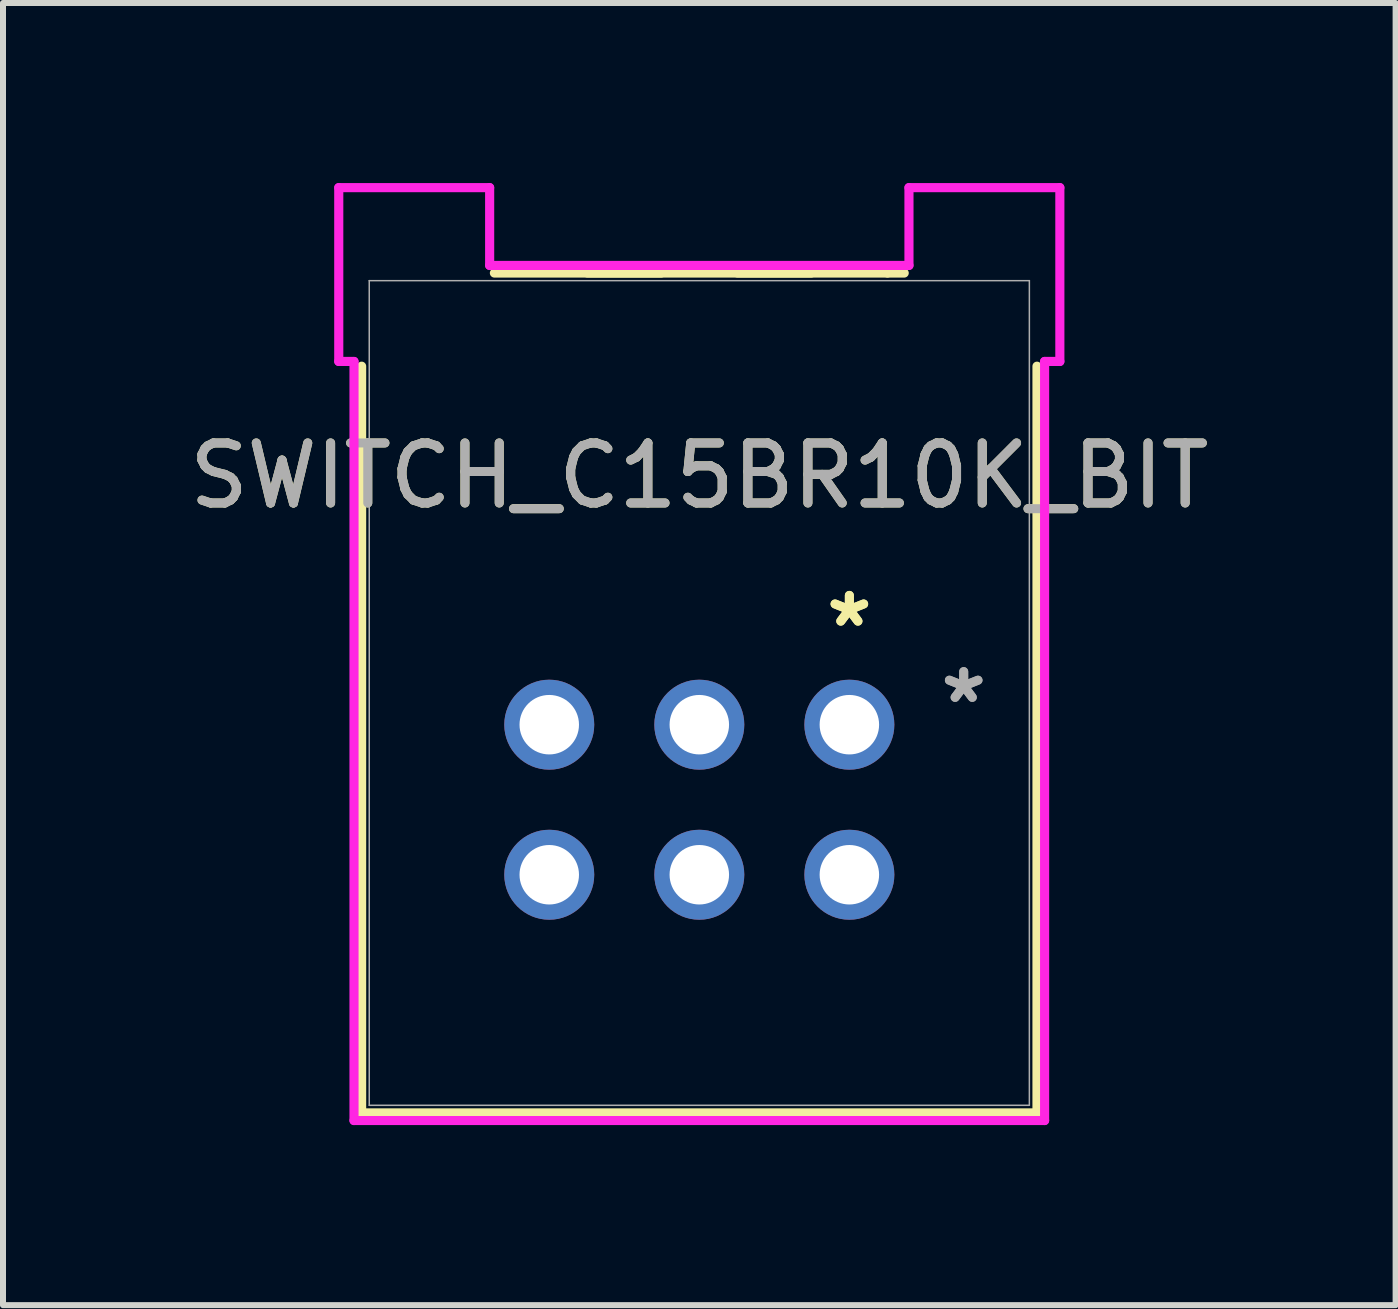
<source format=kicad_pcb>
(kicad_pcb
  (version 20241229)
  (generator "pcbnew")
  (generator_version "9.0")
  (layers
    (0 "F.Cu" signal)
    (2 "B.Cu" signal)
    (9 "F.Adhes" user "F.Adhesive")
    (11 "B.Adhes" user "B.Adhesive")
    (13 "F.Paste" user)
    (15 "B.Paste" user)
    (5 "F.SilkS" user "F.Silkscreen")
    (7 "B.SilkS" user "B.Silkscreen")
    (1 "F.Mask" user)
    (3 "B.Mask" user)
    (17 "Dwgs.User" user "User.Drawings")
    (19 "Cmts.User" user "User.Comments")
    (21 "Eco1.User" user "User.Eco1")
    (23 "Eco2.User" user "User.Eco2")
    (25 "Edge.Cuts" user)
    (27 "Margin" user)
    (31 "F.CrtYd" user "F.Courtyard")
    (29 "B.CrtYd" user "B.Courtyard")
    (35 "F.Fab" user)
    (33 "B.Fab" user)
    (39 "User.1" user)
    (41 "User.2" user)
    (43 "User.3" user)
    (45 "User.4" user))
  (footprint "SWITCH_C15BR10K_BIT"
    (layer "F.Cu")
    (at 11.101 9.024)
    (property "Reference" "SWITCH_C15BR10K_BIT" (at -2.5 -4.149 0) (unlocked yes) (layer "F.SilkS") (effects (font (size 1 1) (thickness 0.15))))
    (attr through_hole)
    (fp_line (start -8.126 -5.973) (end -8.126 6.468) (stroke (width 0.152) (type solid)) (layer "F.SilkS"))
    (fp_line (start -8.126 6.468) (end 3.126 6.468) (stroke (width 0.152) (type solid)) (layer "F.SilkS"))
    (fp_line (start -3.135 -7.525) (end -4.365 -7.525) (stroke (width 0.152) (type solid)) (layer "F.SilkS"))
    (fp_line (start -0.635 -7.525) (end -1.865 -7.525) (stroke (width 0.152) (type solid)) (layer "F.SilkS"))
    (fp_line (start 0.635 -7.525) (end -5.914 -7.525) (stroke (width 0.152) (type solid)) (layer "F.SilkS"))
    (fp_line (start 0.914 -7.525) (end 0.635 -7.525) (stroke (width 0.152) (type solid)) (layer "F.SilkS"))
    (fp_line (start 3.126 6.468) (end 3.126 -5.973) (stroke (width 0.152) (type solid)) (layer "F.SilkS"))
    (fp_line (start -8.507 -8.948) (end -8.507 -6.052) (stroke (width 0.152) (type solid)) (layer "F.CrtYd"))
    (fp_line (start -8.507 -6.052) (end -8.253 -6.052) (stroke (width 0.152) (type solid)) (layer "F.CrtYd"))
    (fp_line (start -8.253 -6.052) (end -8.253 6.595) (stroke (width 0.152) (type solid)) (layer "F.CrtYd"))
    (fp_line (start -8.253 6.595) (end 3.253 6.595) (stroke (width 0.152) (type solid)) (layer "F.CrtYd"))
    (fp_line (start -5.993 -8.948) (end -8.507 -8.948) (stroke (width 0.152) (type solid)) (layer "F.CrtYd"))
    (fp_line (start -5.993 -7.652) (end -5.993 -8.948) (stroke (width 0.152) (type solid)) (layer "F.CrtYd"))
    (fp_line (start 0.993 -8.948) (end 0.993 -7.652) (stroke (width 0.152) (type solid)) (layer "F.CrtYd"))
    (fp_line (start 0.993 -7.652) (end -5.993 -7.652) (stroke (width 0.152) (type solid)) (layer "F.CrtYd"))
    (fp_line (start 3.253 -6.052) (end 3.507 -6.052) (stroke (width 0.152) (type solid)) (layer "F.CrtYd"))
    (fp_line (start 3.253 6.595) (end 3.253 -6.052) (stroke (width 0.152) (type solid)) (layer "F.CrtYd"))
    (fp_line (start 3.507 -8.948) (end 0.993 -8.948) (stroke (width 0.152) (type solid)) (layer "F.CrtYd"))
    (fp_line (start 3.507 -6.052) (end 3.507 -8.948) (stroke (width 0.152) (type solid)) (layer "F.CrtYd"))
    (fp_line (start -7.999 -7.398) (end -7.999 6.341) (stroke (width 0.025) (type solid)) (layer "F.Fab"))
    (fp_line (start -7.999 6.341) (end 2.999 6.341) (stroke (width 0.025) (type solid)) (layer "F.Fab"))
    (fp_line (start 2.999 -7.398) (end -7.999 -7.398) (stroke (width 0.025) (type solid)) (layer "F.Fab"))
    (fp_line (start 2.999 6.341) (end 2.999 -7.398) (stroke (width 0.025) (type solid)) (layer "F.Fab"))
    (fp_text user "*" (at 0 -1.609 0) (unlocked yes) (layer "F.SilkS") (effects (font (size 1 1) (thickness 0.15))))
    (fp_text user "*" (at 0 -1.609 0) (layer "F.SilkS") (effects (font (size 1 1) (thickness 0.15))))
    (fp_text user "*" (at 1.905 -0.339 0) (layer "F.Fab") (effects (font (size 1 1) (thickness 0.15))))
    (fp_text user "*" (at 1.905 -0.339 0) (unlocked yes) (layer "F.Fab") (effects (font (size 1 1) (thickness 0.15))))
    (fp_text user "${REFERENCE}" (at -2.5 -4.149 0) (unlocked yes) (layer "F.Fab") (effects (font (size 1 1) (thickness 0.15))))
    (pad "R1" thru_hole circle (at -5 0) (size 1.499 1.499) (drill 0.991) (layers "*.Cu" "*.Mask"))
    (pad "R1" thru_hole circle (at -2.5 0) (size 1.499 1.499) (drill 0.991) (layers "*.Cu" "*.Mask"))
    (pad "R1" thru_hole circle (at 0 0) (size 1.499 1.499) (drill 0.991) (layers "*.Cu" "*.Mask"))
    (pad "R2" thru_hole circle (at -5 2.5) (size 1.499 1.499) (drill 0.991) (layers "*.Cu" "*.Mask"))
    (pad "R2" thru_hole circle (at -2.5 2.5) (size 1.499 1.499) (drill 0.991) (layers "*.Cu" "*.Mask"))
    (pad "R2" thru_hole circle (at 0 2.5) (size 1.499 1.499) (drill 0.991) (layers "*.Cu" "*.Mask")))
  (gr_rect
    (start -3 -3)
    (end 20.202 18.695)
    (stroke (width 0.1) (type default))
    (fill no)
    (layer "Edge.Cuts")))
</source>
